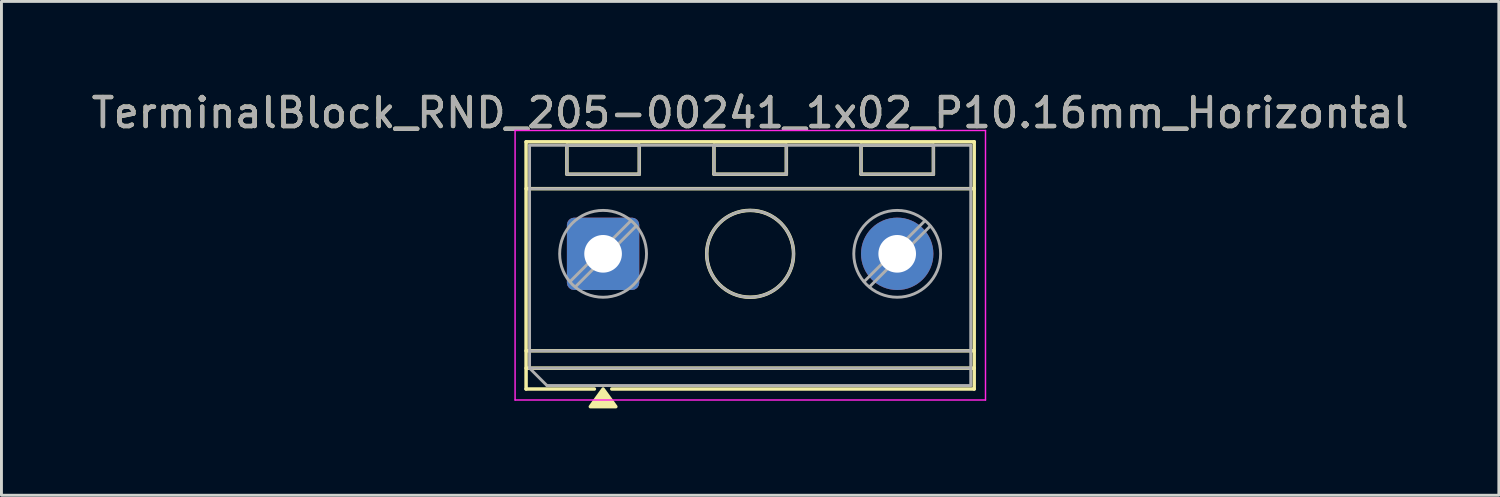
<source format=kicad_pcb>
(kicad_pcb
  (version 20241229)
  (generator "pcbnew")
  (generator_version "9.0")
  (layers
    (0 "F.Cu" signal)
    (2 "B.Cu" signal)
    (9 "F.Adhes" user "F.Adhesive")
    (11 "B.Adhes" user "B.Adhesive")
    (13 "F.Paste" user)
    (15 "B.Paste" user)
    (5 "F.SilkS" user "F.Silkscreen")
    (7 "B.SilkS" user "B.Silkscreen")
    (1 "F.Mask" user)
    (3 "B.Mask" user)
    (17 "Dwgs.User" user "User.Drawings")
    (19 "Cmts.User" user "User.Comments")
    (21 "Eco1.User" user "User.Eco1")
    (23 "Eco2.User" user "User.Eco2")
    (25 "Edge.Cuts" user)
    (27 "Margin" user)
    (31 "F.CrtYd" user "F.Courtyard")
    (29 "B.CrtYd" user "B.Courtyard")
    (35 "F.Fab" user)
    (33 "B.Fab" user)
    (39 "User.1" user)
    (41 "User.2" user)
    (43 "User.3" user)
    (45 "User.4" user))
  (footprint "TerminalBlock_RND_205-00241_1x02_P10.16mm_Horizontal"
    (layer "F.Cu")
    (at 17.783 5.718)
    (property "Reference" "TerminalBlock_RND_205-00241_1x02_P10.16mm_Horizontal" (at 5.08 -4.87 0) (layer "F.SilkS") (effects (font (size 1 1) (thickness 0.15))))
    (attr through_hole)
    (fp_line (start -2.66 -3.87) (end 12.82 -3.87) (stroke (width 0.12) (type solid)) (layer "F.SilkS"))
    (fp_line (start -2.66 -2.25) (end 12.82 -2.25) (stroke (width 0.12) (type solid)) (layer "F.SilkS"))
    (fp_line (start -2.66 3.35) (end 12.82 3.35) (stroke (width 0.12) (type solid)) (layer "F.SilkS"))
    (fp_line (start -2.66 3.95) (end 12.82 3.95) (stroke (width 0.12) (type solid)) (layer "F.SilkS"))
    (fp_line (start -2.66 4.67) (end -2.66 -3.87) (stroke (width 0.12) (type solid)) (layer "F.SilkS"))
    (fp_line (start -1.25 -3.75) (end 1.25 -3.75) (stroke (width 0.12) (type solid)) (layer "F.SilkS"))
    (fp_line (start -1.25 -2.75) (end -1.25 -3.75) (stroke (width 0.12) (type solid)) (layer "F.SilkS"))
    (fp_line (start -0.3 4.67) (end -2.66 4.67) (stroke (width 0.12) (type solid)) (layer "F.SilkS"))
    (fp_line (start 1.25 -3.75) (end 1.25 -2.75) (stroke (width 0.12) (type solid)) (layer "F.SilkS"))
    (fp_line (start 1.25 -2.75) (end -1.25 -2.75) (stroke (width 0.12) (type solid)) (layer "F.SilkS"))
    (fp_line (start 3.83 -3.75) (end 6.33 -3.75) (stroke (width 0.12) (type solid)) (layer "F.SilkS"))
    (fp_line (start 3.83 -2.75) (end 3.83 -3.75) (stroke (width 0.12) (type solid)) (layer "F.SilkS"))
    (fp_line (start 6.33 -3.75) (end 6.33 -2.75) (stroke (width 0.12) (type solid)) (layer "F.SilkS"))
    (fp_line (start 6.33 -2.75) (end 3.83 -2.75) (stroke (width 0.12) (type solid)) (layer "F.SilkS"))
    (fp_line (start 8.91 -3.75) (end 11.41 -3.75) (stroke (width 0.12) (type solid)) (layer "F.SilkS"))
    (fp_line (start 8.91 -2.75) (end 8.91 -3.75) (stroke (width 0.12) (type solid)) (layer "F.SilkS"))
    (fp_line (start 11.41 -3.75) (end 11.41 -2.75) (stroke (width 0.12) (type solid)) (layer "F.SilkS"))
    (fp_line (start 11.41 -2.75) (end 8.91 -2.75) (stroke (width 0.12) (type solid)) (layer "F.SilkS"))
    (fp_line (start 12.82 -3.87) (end 12.82 4.67) (stroke (width 0.12) (type solid)) (layer "F.SilkS"))
    (fp_line (start 12.82 4.67) (end 0.3 4.67) (stroke (width 0.12) (type solid)) (layer "F.SilkS"))
    (fp_circle (center 5.08 0) (end 6.58 0) (stroke (width 0.12) (type solid)) (fill no) (layer "F.SilkS"))
    (fp_poly (pts (xy 0 4.67) (xy 0.44 5.28) (xy -0.44 5.28)) (stroke (width 0.12) (type solid)) (fill yes) (layer "F.SilkS"))
    (fp_line (start -3.04 -4.26) (end -3.04 5.05) (stroke (width 0.05) (type solid)) (layer "F.CrtYd"))
    (fp_line (start -3.04 5.05) (end 13.21 5.05) (stroke (width 0.05) (type solid)) (layer "F.CrtYd"))
    (fp_line (start 13.21 -4.26) (end -3.04 -4.26) (stroke (width 0.05) (type solid)) (layer "F.CrtYd"))
    (fp_line (start 13.21 5.05) (end 13.21 -4.26) (stroke (width 0.05) (type solid)) (layer "F.CrtYd"))
    (fp_line (start -2.54 -3.75) (end 12.7 -3.75) (stroke (width 0.1) (type solid)) (layer "F.Fab"))
    (fp_line (start -2.54 -2.25) (end 12.7 -2.25) (stroke (width 0.1) (type solid)) (layer "F.Fab"))
    (fp_line (start -2.54 3.35) (end 12.7 3.35) (stroke (width 0.1) (type solid)) (layer "F.Fab"))
    (fp_line (start -2.54 3.95) (end -2.54 -3.75) (stroke (width 0.1) (type solid)) (layer "F.Fab"))
    (fp_line (start -2.54 3.95) (end 12.7 3.95) (stroke (width 0.1) (type solid)) (layer "F.Fab"))
    (fp_line (start -1.94 4.55) (end -2.54 3.95) (stroke (width 0.1) (type solid)) (layer "F.Fab"))
    (fp_line (start -1.25 -3.75) (end -1.25 -2.75) (stroke (width 0.1) (type solid)) (layer "F.Fab"))
    (fp_line (start -1.25 -2.75) (end 1.25 -2.75) (stroke (width 0.1) (type solid)) (layer "F.Fab"))
    (fp_line (start 0.955 -1.138) (end -1.138 0.955) (stroke (width 0.1) (type solid)) (layer "F.Fab"))
    (fp_line (start 1.138 -0.955) (end -0.955 1.138) (stroke (width 0.1) (type solid)) (layer "F.Fab"))
    (fp_line (start 1.25 -3.75) (end -1.25 -3.75) (stroke (width 0.1) (type solid)) (layer "F.Fab"))
    (fp_line (start 1.25 -2.75) (end 1.25 -3.75) (stroke (width 0.1) (type solid)) (layer "F.Fab"))
    (fp_line (start 3.83 -3.75) (end 3.83 -2.75) (stroke (width 0.1) (type solid)) (layer "F.Fab"))
    (fp_line (start 3.83 -2.75) (end 6.33 -2.75) (stroke (width 0.1) (type solid)) (layer "F.Fab"))
    (fp_line (start 6.33 -3.75) (end 3.83 -3.75) (stroke (width 0.1) (type solid)) (layer "F.Fab"))
    (fp_line (start 6.33 -2.75) (end 6.33 -3.75) (stroke (width 0.1) (type solid)) (layer "F.Fab"))
    (fp_line (start 8.91 -3.75) (end 8.91 -2.75) (stroke (width 0.1) (type solid)) (layer "F.Fab"))
    (fp_line (start 8.91 -2.75) (end 11.41 -2.75) (stroke (width 0.1) (type solid)) (layer "F.Fab"))
    (fp_line (start 11.115 -1.138) (end 9.022 0.955) (stroke (width 0.1) (type solid)) (layer "F.Fab"))
    (fp_line (start 11.298 -0.955) (end 9.205 1.138) (stroke (width 0.1) (type solid)) (layer "F.Fab"))
    (fp_line (start 11.41 -3.75) (end 8.91 -3.75) (stroke (width 0.1) (type solid)) (layer "F.Fab"))
    (fp_line (start 11.41 -2.75) (end 11.41 -3.75) (stroke (width 0.1) (type solid)) (layer "F.Fab"))
    (fp_line (start 12.7 -3.75) (end 12.7 4.55) (stroke (width 0.1) (type solid)) (layer "F.Fab"))
    (fp_line (start 12.7 4.55) (end -1.94 4.55) (stroke (width 0.1) (type solid)) (layer "F.Fab"))
    (fp_circle (center 0 0) (end 1.5 0) (stroke (width 0.1) (type solid)) (fill no) (layer "F.Fab"))
    (fp_circle (center 5.08 0) (end 6.58 0) (stroke (width 0.1) (type solid)) (fill no) (layer "F.Fab"))
    (fp_circle (center 10.16 0) (end 11.66 0) (stroke (width 0.1) (type solid)) (fill no) (layer "F.Fab"))
    (fp_text user "${REFERENCE}" (at 5.08 -4.87 0) (layer "F.Fab") (effects (font (size 1 1) (thickness 0.15))))
    (pad "1" thru_hole roundrect (at 0 0) (size 2.5 2.5) (drill 1.3) (layers "*.Cu" "*.Mask") (roundrect_rratio 0.1))
    (pad "2" thru_hole circle (at 10.16 0) (size 2.5 2.5) (drill 1.3) (layers "*.Cu" "*.Mask")))
  (gr_rect
    (start -3 -3)
    (end 48.726 14.058)
    (stroke (width 0.1) (type default))
    (fill no)
    (layer "Edge.Cuts")))
</source>
